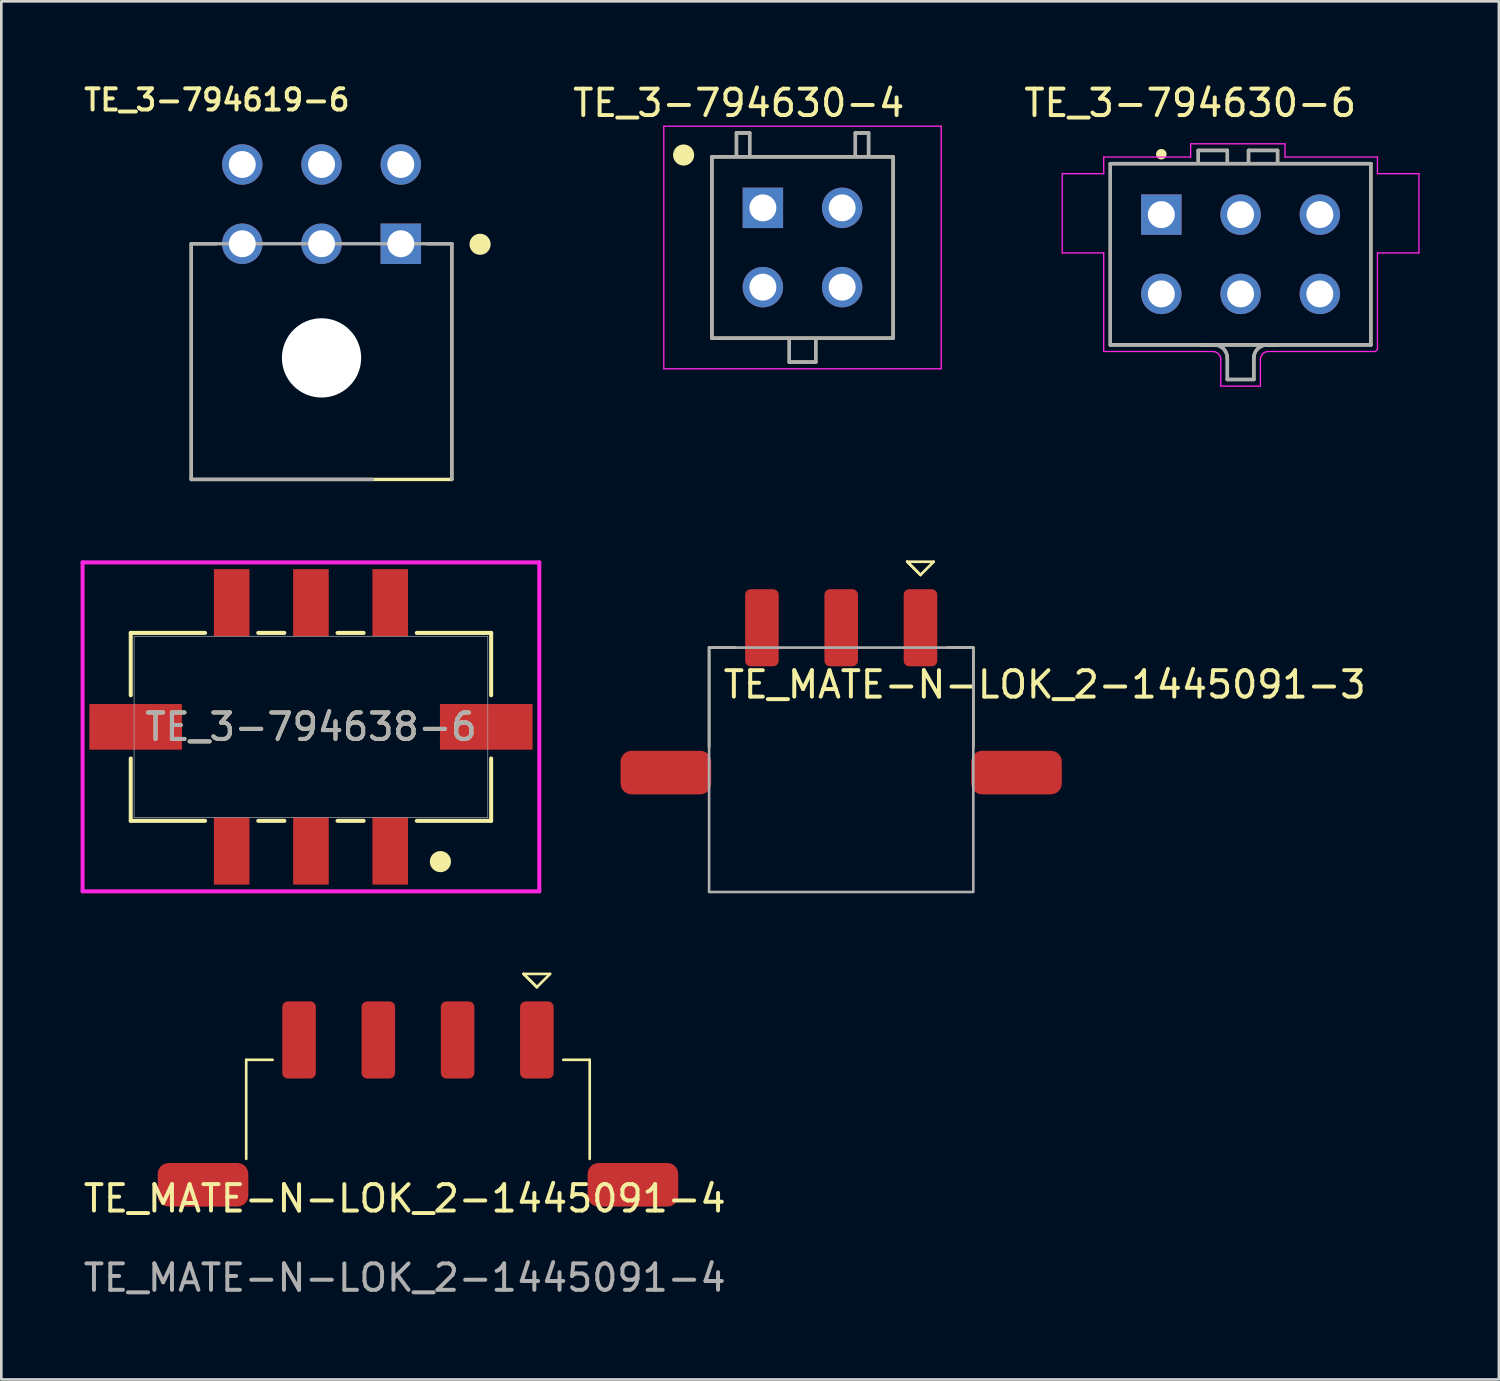
<source format=kicad_pcb>
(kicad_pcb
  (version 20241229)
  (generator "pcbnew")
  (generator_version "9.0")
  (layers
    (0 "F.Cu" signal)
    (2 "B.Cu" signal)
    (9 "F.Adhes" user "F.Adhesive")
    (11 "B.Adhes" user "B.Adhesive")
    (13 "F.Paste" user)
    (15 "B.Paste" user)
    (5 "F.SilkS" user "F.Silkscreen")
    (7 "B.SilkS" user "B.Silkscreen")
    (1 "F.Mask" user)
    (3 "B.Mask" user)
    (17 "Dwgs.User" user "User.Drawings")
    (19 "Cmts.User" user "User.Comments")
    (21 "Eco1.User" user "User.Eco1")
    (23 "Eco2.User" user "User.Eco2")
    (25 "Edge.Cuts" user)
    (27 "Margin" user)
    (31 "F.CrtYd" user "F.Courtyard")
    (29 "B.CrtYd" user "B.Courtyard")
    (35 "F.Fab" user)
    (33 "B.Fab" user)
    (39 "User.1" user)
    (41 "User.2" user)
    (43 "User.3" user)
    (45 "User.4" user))
  (footprint "TE_MATE-N-LOK_2-1445091-3"
    (layer "F.Cu")
    (at 28.786 27.209)
    (property "Reference" "TE_MATE-N-LOK_2-1445091-3" (at 7.7 -4.35 0) (unlocked yes) (layer "F.SilkS") (effects (font (size 1 1) (thickness 0.15))))
    (attr smd)
    (fp_line (start -5 -2) (end -5 -5.75) (stroke (width 0.1) (type default)) (layer "F.SilkS"))
    (fp_line (start -4 -5.75) (end -5 -5.75) (stroke (width 0.1) (type default)) (layer "F.SilkS"))
    (fp_line (start 2.5 -9) (end 3 -8.5) (stroke (width 0.1) (type default)) (layer "F.SilkS"))
    (fp_line (start 2.5 -9) (end 3.5 -9) (stroke (width 0.1) (type default)) (layer "F.SilkS"))
    (fp_line (start 3 -8.5) (end 2.5 -9) (stroke (width 0.1) (type default)) (layer "F.SilkS"))
    (fp_line (start 3.5 -9) (end 3 -8.5) (stroke (width 0.1) (type default)) (layer "F.SilkS"))
    (fp_line (start 4 -5.75) (end 5 -5.75) (stroke (width 0.1) (type default)) (layer "F.SilkS"))
    (fp_line (start 5 -2) (end 5 -5.75) (stroke (width 0.1) (type default)) (layer "F.SilkS"))
    (fp_rect (start -5 -5.75) (end 5 3.5) (stroke (width 0.1) (type default)) (fill no) (layer "F.Fab"))
    (pad "1" smd roundrect (at 3 -6.5) (size 1.27 2.92) (layers "F.Cu" "F.Mask" "F.Paste") (roundrect_rratio 0.164))
    (pad "2" smd roundrect (at 0 -6.5) (size 1.27 2.92) (layers "F.Cu" "F.Mask" "F.Paste") (roundrect_rratio 0.164))
    (pad "3" smd roundrect (at -3 -6.5) (size 1.27 2.92) (layers "F.Cu" "F.Mask" "F.Paste") (roundrect_rratio 0.164))
    (pad "S" smd roundrect (at -6.635 -1.02) (size 3.43 1.65) (layers "F.Cu" "F.Mask" "F.Paste") (roundrect_rratio 0.25))
    (pad "S" smd roundrect (at 6.635 -1.02) (size 3.43 1.65) (layers "F.Cu" "F.Mask" "F.Paste") (roundrect_rratio 0.25)))
  (footprint "TE_3-794630-6"
    (layer "F.Cu")
    (at 43.901 6.573)
    (property "Reference" "TE_3-794630-6" (at -1.908 -5.724 0) (layer "F.SilkS") (effects (font (size 1.002 1.002) (thickness 0.15))))
    (attr through_hole)
    (fp_line (start -4.93 -3.43) (end 4.93 -3.43) (stroke (width 0.127) (type solid)) (layer "F.SilkS"))
    (fp_line (start -4.93 3.43) (end -4.93 -3.43) (stroke (width 0.127) (type solid)) (layer "F.SilkS"))
    (fp_line (start -1.6 -3.93) (end -0.5 -3.93) (stroke (width 0.127) (type solid)) (layer "F.SilkS"))
    (fp_line (start -1.6 -3.5) (end -1.6 -3.93) (stroke (width 0.127) (type solid)) (layer "F.SilkS"))
    (fp_line (start -1.5 3.43) (end -1 3.43) (stroke (width 0.127) (type solid)) (layer "F.SilkS"))
    (fp_line (start -0.5 -3.93) (end -0.5 -3.5) (stroke (width 0.127) (type solid)) (layer "F.SilkS"))
    (fp_line (start -0.5 3.93) (end -0.5 4.74) (stroke (width 0.127) (type solid)) (layer "F.SilkS"))
    (fp_line (start -0.5 4.74) (end 0.5 4.74) (stroke (width 0.127) (type solid)) (layer "F.SilkS"))
    (fp_line (start 0.3 -3.93) (end 1.4 -3.93) (stroke (width 0.127) (type solid)) (layer "F.SilkS"))
    (fp_line (start 0.3 -3.5) (end 0.3 -3.93) (stroke (width 0.127) (type solid)) (layer "F.SilkS"))
    (fp_line (start 0.5 4.74) (end 0.5 3.93) (stroke (width 0.127) (type solid)) (layer "F.SilkS"))
    (fp_line (start 1 3.43) (end 1.4 3.43) (stroke (width 0.127) (type solid)) (layer "F.SilkS"))
    (fp_line (start 1.4 -3.93) (end 1.4 -3.5) (stroke (width 0.127) (type solid)) (layer "F.SilkS"))
    (fp_line (start 4.93 -3.43) (end 4.93 3.43) (stroke (width 0.127) (type solid)) (layer "F.SilkS"))
    (fp_line (start 4.93 3.43) (end -4.93 3.43) (stroke (width 0.127) (type solid)) (layer "F.SilkS"))
    (fp_arc (start -1 3.43) (mid -0.646447 3.576447) (end -0.5 3.93) (stroke (width 0.127) (type solid)) (layer "F.SilkS"))
    (fp_arc (start 0.5 3.93) (mid 0.646447 3.576447) (end 1 3.43) (stroke (width 0.127) (type solid)) (layer "F.SilkS"))
    (fp_circle (center -3 -3.786) (end -2.9 -3.786) (stroke (width 0.2) (type solid)) (fill no) (layer "F.SilkS"))
    (fp_line (start -6.75 -3.05) (end -6.75 -0.05) (stroke (width 0.05) (type solid)) (layer "F.CrtYd"))
    (fp_line (start -6.75 -0.05) (end -5.18 -0.05) (stroke (width 0.05) (type solid)) (layer "F.CrtYd"))
    (fp_line (start -5.18 -3.68) (end -5.18 -3.05) (stroke (width 0.05) (type solid)) (layer "F.CrtYd"))
    (fp_line (start -5.18 -3.05) (end -6.75 -3.05) (stroke (width 0.05) (type solid)) (layer "F.CrtYd"))
    (fp_line (start -5.18 -0.05) (end -5.18 3.68) (stroke (width 0.05) (type solid)) (layer "F.CrtYd"))
    (fp_line (start -5.18 3.68) (end -1.05 3.68) (stroke (width 0.05) (type solid)) (layer "F.CrtYd"))
    (fp_line (start -1.89 -4.18) (end -1.89 -3.68) (stroke (width 0.05) (type solid)) (layer "F.CrtYd"))
    (fp_line (start -1.89 -3.68) (end -5.18 -3.68) (stroke (width 0.05) (type solid)) (layer "F.CrtYd"))
    (fp_line (start -0.75 3.98) (end -0.75 4.99) (stroke (width 0.05) (type solid)) (layer "F.CrtYd"))
    (fp_line (start -0.75 4.99) (end 0.75 4.99) (stroke (width 0.05) (type solid)) (layer "F.CrtYd"))
    (fp_line (start 0.75 4.99) (end 0.75 3.98) (stroke (width 0.05) (type solid)) (layer "F.CrtYd"))
    (fp_line (start 1.05 3.68) (end 5.1 3.68) (stroke (width 0.05) (type solid)) (layer "F.CrtYd"))
    (fp_line (start 1.68 -4.18) (end -1.89 -4.18) (stroke (width 0.05) (type solid)) (layer "F.CrtYd"))
    (fp_line (start 1.68 -3.68) (end 1.68 -4.18) (stroke (width 0.05) (type solid)) (layer "F.CrtYd"))
    (fp_line (start 5.1 3.68) (end 5.18 3.6) (stroke (width 0.05) (type solid)) (layer "F.CrtYd"))
    (fp_line (start 5.18 -3.68) (end 1.68 -3.68) (stroke (width 0.05) (type solid)) (layer "F.CrtYd"))
    (fp_line (start 5.18 -3.05) (end 5.18 -3.68) (stroke (width 0.05) (type solid)) (layer "F.CrtYd"))
    (fp_line (start 5.18 -0.05) (end 6.75 -0.05) (stroke (width 0.05) (type solid)) (layer "F.CrtYd"))
    (fp_line (start 5.18 3.6) (end 5.18 -0.05) (stroke (width 0.05) (type solid)) (layer "F.CrtYd"))
    (fp_line (start 6.75 -3.05) (end 5.18 -3.05) (stroke (width 0.05) (type solid)) (layer "F.CrtYd"))
    (fp_line (start 6.75 -0.05) (end 6.75 -3.05) (stroke (width 0.05) (type solid)) (layer "F.CrtYd"))
    (fp_arc (start -1.05 3.68) (mid -0.837868 3.767868) (end -0.75 3.98) (stroke (width 0.05) (type solid)) (layer "F.CrtYd"))
    (fp_arc (start 0.75 3.98) (mid 0.837868 3.767868) (end 1.05 3.68) (stroke (width 0.05) (type solid)) (layer "F.CrtYd"))
    (fp_line (start -4.93 -3.43) (end -4.93 3.43) (stroke (width 0.127) (type solid)) (layer "F.Fab"))
    (fp_line (start -4.93 3.43) (end 4.93 3.43) (stroke (width 0.127) (type solid)) (layer "F.Fab"))
    (fp_line (start -1.6 -3.93) (end -0.5 -3.93) (stroke (width 0.127) (type solid)) (layer "F.Fab"))
    (fp_line (start -1.6 -3.5) (end -1.6 -3.93) (stroke (width 0.127) (type solid)) (layer "F.Fab"))
    (fp_line (start -0.5 -3.93) (end -0.5 -3.5) (stroke (width 0.127) (type solid)) (layer "F.Fab"))
    (fp_line (start -0.5 3.93) (end -0.5 4.74) (stroke (width 0.127) (type solid)) (layer "F.Fab"))
    (fp_line (start -0.5 4.74) (end 0.5 4.74) (stroke (width 0.127) (type solid)) (layer "F.Fab"))
    (fp_line (start 0.3 -3.93) (end 1.4 -3.93) (stroke (width 0.127) (type solid)) (layer "F.Fab"))
    (fp_line (start 0.3 -3.5) (end 0.3 -3.93) (stroke (width 0.127) (type solid)) (layer "F.Fab"))
    (fp_line (start 0.5 4.74) (end 0.5 3.93) (stroke (width 0.127) (type solid)) (layer "F.Fab"))
    (fp_line (start 1.4 -3.93) (end 1.4 -3.5) (stroke (width 0.127) (type solid)) (layer "F.Fab"))
    (fp_line (start 4.93 -3.43) (end -4.93 -3.43) (stroke (width 0.127) (type solid)) (layer "F.Fab"))
    (fp_line (start 4.93 3.43) (end 4.93 -3.43) (stroke (width 0.127) (type solid)) (layer "F.Fab"))
    (fp_arc (start -1 3.43) (mid -0.646447 3.576447) (end -0.5 3.93) (stroke (width 0.127) (type solid)) (layer "F.Fab"))
    (fp_arc (start 0.5 3.93) (mid 0.646447 3.576447) (end 1 3.43) (stroke (width 0.127) (type solid)) (layer "F.Fab"))
    (pad "1" thru_hole rect (at -3 -1.5) (size 1.53 1.53) (drill 1.02) (layers "*.Cu" "*.Mask"))
    (pad "2" thru_hole circle (at -3 1.5) (size 1.53 1.53) (drill 1.02) (layers "*.Cu" "*.Mask"))
    (pad "3" thru_hole circle (at 0 -1.5) (size 1.53 1.53) (drill 1.02) (layers "*.Cu" "*.Mask"))
    (pad "4" thru_hole circle (at 0 1.5) (size 1.53 1.53) (drill 1.02) (layers "*.Cu" "*.Mask"))
    (pad "5" thru_hole circle (at 3 -1.5) (size 1.53 1.53) (drill 1.02) (layers "*.Cu" "*.Mask"))
    (pad "6" thru_hole circle (at 3 1.5) (size 1.53 1.53) (drill 1.02) (layers "*.Cu" "*.Mask")))
  (footprint "TE_MATE-N-LOK_2-1445091-4"
    (layer "F.Cu")
    (at 12.268 42.809)
    (property "Reference" "TE_MATE-N-LOK_2-1445091-4" (at 0 -0.5 0) (unlocked yes) (layer "F.SilkS") (effects (font (size 1 1) (thickness 0.15))))
    (attr smd)
    (fp_line (start -6 -2) (end -6 -5.75) (stroke (width 0.1) (type default)) (layer "F.SilkS"))
    (fp_line (start -5 -5.75) (end -6 -5.75) (stroke (width 0.1) (type default)) (layer "F.SilkS"))
    (fp_line (start 4.5 -9) (end 5 -8.5) (stroke (width 0.1) (type default)) (layer "F.SilkS"))
    (fp_line (start 4.5 -9) (end 5.5 -9) (stroke (width 0.1) (type default)) (layer "F.SilkS"))
    (fp_line (start 5 -8.5) (end 4.5 -9) (stroke (width 0.1) (type default)) (layer "F.SilkS"))
    (fp_line (start 5.5 -9) (end 5 -8.5) (stroke (width 0.1) (type default)) (layer "F.SilkS"))
    (fp_line (start 6 -5.75) (end 7 -5.75) (stroke (width 0.1) (type default)) (layer "F.SilkS"))
    (fp_line (start 7 -2) (end 7 -5.75) (stroke (width 0.1) (type default)) (layer "F.SilkS"))
    (fp_text user "${REFERENCE}" (at 0 2.5 0) (unlocked yes) (layer "F.Fab") (effects (font (size 1 1) (thickness 0.15))))
    (pad "1" smd roundrect (at 5 -6.5) (size 1.27 2.92) (layers "F.Cu" "F.Mask" "F.Paste") (roundrect_rratio 0.164))
    (pad "2" smd roundrect (at 2 -6.5) (size 1.27 2.92) (layers "F.Cu" "F.Mask" "F.Paste") (roundrect_rratio 0.164))
    (pad "3" smd roundrect (at -1 -6.5) (size 1.27 2.92) (layers "F.Cu" "F.Mask" "F.Paste") (roundrect_rratio 0.164))
    (pad "4" smd roundrect (at -4 -6.5) (size 1.27 2.92) (layers "F.Cu" "F.Mask" "F.Paste") (roundrect_rratio 0.164))
    (pad "S" smd roundrect (at -7.635 -1.02) (size 3.43 1.65) (layers "F.Cu" "F.Mask" "F.Paste") (roundrect_rratio 0.25))
    (pad "S" smd roundrect (at 8.635 -1.02) (size 3.43 1.65) (layers "F.Cu" "F.Mask" "F.Paste") (roundrect_rratio 0.25)))
  (footprint "TE_3-794630-4"
    (layer "F.Cu")
    (at 27.322 6.317)
    (property "Reference" "TE_3-794630-4" (at -2.416 -5.468 0) (layer "F.SilkS") (effects (font (size 1 1) (thickness 0.15))))
    (attr through_hole)
    (fp_line (start -3.43 -3.43) (end -3.43 3.43) (stroke (width 0.127) (type solid)) (layer "F.SilkS"))
    (fp_line (start -3.43 3.43) (end 3.43 3.43) (stroke (width 0.127) (type solid)) (layer "F.SilkS"))
    (fp_line (start -2.5 -4.335) (end -2 -4.335) (stroke (width 0.127) (type solid)) (layer "F.SilkS"))
    (fp_line (start -2.5 -3.5) (end -2.5 -4.335) (stroke (width 0.127) (type solid)) (layer "F.SilkS"))
    (fp_line (start -2 -4.335) (end -2 -3.5) (stroke (width 0.127) (type solid)) (layer "F.SilkS"))
    (fp_line (start -0.5 3.5) (end -0.5 4.335) (stroke (width 0.127) (type solid)) (layer "F.SilkS"))
    (fp_line (start -0.5 4.335) (end 0.5 4.335) (stroke (width 0.127) (type solid)) (layer "F.SilkS"))
    (fp_line (start 0.5 4.335) (end 0.5 3.5) (stroke (width 0.127) (type solid)) (layer "F.SilkS"))
    (fp_line (start 2 -4.335) (end 2.5 -4.335) (stroke (width 0.127) (type solid)) (layer "F.SilkS"))
    (fp_line (start 2 -3.5) (end 2 -4.335) (stroke (width 0.127) (type solid)) (layer "F.SilkS"))
    (fp_line (start 2.5 -4.335) (end 2.5 -3.5) (stroke (width 0.127) (type solid)) (layer "F.SilkS"))
    (fp_line (start 3.43 -3.43) (end -3.43 -3.43) (stroke (width 0.127) (type solid)) (layer "F.SilkS"))
    (fp_line (start 3.43 3.43) (end 3.43 -3.43) (stroke (width 0.127) (type solid)) (layer "F.SilkS"))
    (fp_circle (center -4.5 -3.5) (end -4.3 -3.5) (stroke (width 0.4) (type solid)) (fill no) (layer "F.SilkS"))
    (fp_line (start -5.25 -4.59) (end -5.25 4.59) (stroke (width 0.05) (type solid)) (layer "F.CrtYd"))
    (fp_line (start -5.25 4.59) (end 5.25 4.59) (stroke (width 0.05) (type solid)) (layer "F.CrtYd"))
    (fp_line (start 5.25 -4.59) (end -5.25 -4.59) (stroke (width 0.05) (type solid)) (layer "F.CrtYd"))
    (fp_line (start 5.25 4.59) (end 5.25 -4.59) (stroke (width 0.05) (type solid)) (layer "F.CrtYd"))
    (fp_line (start -3.43 -3.43) (end -3.43 3.43) (stroke (width 0.127) (type solid)) (layer "F.Fab"))
    (fp_line (start -3.43 3.43) (end 3.43 3.43) (stroke (width 0.127) (type solid)) (layer "F.Fab"))
    (fp_line (start -2.5 -4.335) (end -2 -4.335) (stroke (width 0.127) (type solid)) (layer "F.Fab"))
    (fp_line (start -2.5 -3.5) (end -2.5 -4.335) (stroke (width 0.127) (type solid)) (layer "F.Fab"))
    (fp_line (start -2 -4.335) (end -2 -3.5) (stroke (width 0.127) (type solid)) (layer "F.Fab"))
    (fp_line (start -0.5 3.5) (end -0.5 4.335) (stroke (width 0.127) (type solid)) (layer "F.Fab"))
    (fp_line (start -0.5 4.335) (end 0.5 4.335) (stroke (width 0.127) (type solid)) (layer "F.Fab"))
    (fp_line (start 0.5 4.335) (end 0.5 3.5) (stroke (width 0.127) (type solid)) (layer "F.Fab"))
    (fp_line (start 2 -4.335) (end 2 -3.5) (stroke (width 0.127) (type solid)) (layer "F.Fab"))
    (fp_line (start 2.5 -4.335) (end 2 -4.335) (stroke (width 0.127) (type solid)) (layer "F.Fab"))
    (fp_line (start 2.5 -3.5) (end 2.5 -4.335) (stroke (width 0.127) (type solid)) (layer "F.Fab"))
    (fp_line (start 3.43 -3.43) (end -3.43 -3.43) (stroke (width 0.127) (type solid)) (layer "F.Fab"))
    (fp_line (start 3.43 3.43) (end 3.43 -3.43) (stroke (width 0.127) (type solid)) (layer "F.Fab"))
    (pad "1" thru_hole rect (at -1.5 -1.5) (size 1.53 1.53) (drill 1.02) (layers "*.Cu" "*.Mask"))
    (pad "2" thru_hole circle (at -1.5 1.5) (size 1.53 1.53) (drill 1.02) (layers "*.Cu" "*.Mask"))
    (pad "3" thru_hole circle (at 1.5 -1.5) (size 1.53 1.53) (drill 1.02) (layers "*.Cu" "*.Mask"))
    (pad "4" thru_hole circle (at 1.5 1.5) (size 1.53 1.53) (drill 1.02) (layers "*.Cu" "*.Mask")))
  (footprint "TE_3-794619-6"
    (layer "F.Cu")
    (at 9.119 10.495)
    (property "Reference" "TE_3-794619-6" (at -3.961 -9.764 0) (layer "F.SilkS") (effects (font (size 0.8 0.8) (thickness 0.15))))
    (attr through_hole)
    (fp_line (start -4.93 -4.32) (end -4.93 4.6) (stroke (width 0.127) (type solid)) (layer "F.SilkS"))
    (fp_line (start -4.93 -4.32) (end -4 -4.32) (stroke (width 0.127) (type solid)) (layer "F.SilkS"))
    (fp_line (start -4.93 4.6) (end 4.93 4.6) (stroke (width 0.127) (type solid)) (layer "F.SilkS"))
    (fp_line (start 4 -4.32) (end 4.93 -4.32) (stroke (width 0.127) (type solid)) (layer "F.SilkS"))
    (fp_line (start 4.93 4.6) (end 4.93 -4.32) (stroke (width 0.127) (type solid)) (layer "F.SilkS"))
    (fp_circle (center 6 -4.3) (end 6.2 -4.3) (stroke (width 0.4) (type solid)) (fill no) (layer "F.SilkS"))
    (fp_line (start -4.93 -4.32) (end -4.93 4.6) (stroke (width 0.127) (type solid)) (layer "F.Fab"))
    (fp_line (start -4.93 4.6) (end 1.93 4.6) (stroke (width 0.127) (type solid)) (layer "F.Fab"))
    (fp_line (start 4.93 -4.32) (end -4.93 -4.32) (stroke (width 0.127) (type solid)) (layer "F.Fab"))
    (fp_line (start 4.93 4.6) (end 4.93 -4.32) (stroke (width 0.127) (type solid)) (layer "F.Fab"))
    (pad "" np_thru_hole circle (at 0 0) (size 3 3) (drill 3) (layers "*.Cu" "*.Mask"))
    (pad "1" thru_hole rect (at 3 -4.32) (size 1.53 1.53) (drill 1.02) (layers "*.Cu" "*.Mask"))
    (pad "2" thru_hole circle (at 0 -4.32) (size 1.53 1.53) (drill 1.02) (layers "*.Cu" "*.Mask"))
    (pad "3" thru_hole circle (at -3 -4.32) (size 1.53 1.53) (drill 1.02) (layers "*.Cu" "*.Mask"))
    (pad "4" thru_hole circle (at 3 -7.32) (size 1.53 1.53) (drill 1.02) (layers "*.Cu" "*.Mask"))
    (pad "5" thru_hole circle (at 0 -7.32) (size 1.53 1.53) (drill 1.02) (layers "*.Cu" "*.Mask"))
    (pad "6" thru_hole circle (at -3 -7.32) (size 1.53 1.53) (drill 1.02) (layers "*.Cu" "*.Mask")))
  (footprint "TE_3-794638-6"
    (layer "F.Cu")
    (at 8.718 24.459)
    (property "Reference" "TE_3-794638-6" (at 0 0 0) (unlocked yes) (layer "F.SilkS") (effects (font (size 1 1) (thickness 0.15))))
    (attr smd)
    (fp_line (start -6.82 -3.556) (end -6.82 -1.196) (stroke (width 0.152) (type solid)) (layer "F.SilkS"))
    (fp_line (start -6.82 1.196) (end -6.82 3.556) (stroke (width 0.152) (type solid)) (layer "F.SilkS"))
    (fp_line (start -6.82 3.556) (end -4.006 3.556) (stroke (width 0.152) (type solid)) (layer "F.SilkS"))
    (fp_line (start -4.006 -3.556) (end -6.82 -3.556) (stroke (width 0.152) (type solid)) (layer "F.SilkS"))
    (fp_line (start -1.994 3.556) (end -1.006 3.556) (stroke (width 0.152) (type solid)) (layer "F.SilkS"))
    (fp_line (start -1.006 -3.556) (end -1.994 -3.556) (stroke (width 0.152) (type solid)) (layer "F.SilkS"))
    (fp_line (start 1.006 3.556) (end 1.994 3.556) (stroke (width 0.152) (type solid)) (layer "F.SilkS"))
    (fp_line (start 1.994 -3.556) (end 1.006 -3.556) (stroke (width 0.152) (type solid)) (layer "F.SilkS"))
    (fp_line (start 4.006 3.556) (end 6.82 3.556) (stroke (width 0.152) (type solid)) (layer "F.SilkS"))
    (fp_line (start 6.82 -3.556) (end 4.006 -3.556) (stroke (width 0.152) (type solid)) (layer "F.SilkS"))
    (fp_line (start 6.82 -1.196) (end 6.82 -3.556) (stroke (width 0.152) (type solid)) (layer "F.SilkS"))
    (fp_line (start 6.82 3.556) (end 6.82 1.196) (stroke (width 0.152) (type solid)) (layer "F.SilkS"))
    (fp_circle (center 4.9 5.1) (end 5.1 5.1) (stroke (width 0.4) (type solid)) (fill no) (layer "F.SilkS"))
    (fp_line (start -8.642 -6.224) (end -8.642 6.224) (stroke (width 0.152) (type solid)) (layer "F.CrtYd"))
    (fp_line (start -8.642 6.224) (end 8.642 6.224) (stroke (width 0.152) (type solid)) (layer "F.CrtYd"))
    (fp_line (start 8.642 -6.224) (end -8.642 -6.224) (stroke (width 0.152) (type solid)) (layer "F.CrtYd"))
    (fp_line (start 8.642 6.224) (end 8.642 -6.224) (stroke (width 0.152) (type solid)) (layer "F.CrtYd"))
    (fp_line (start -6.693 -3.429) (end -6.693 3.429) (stroke (width 0.025) (type solid)) (layer "F.Fab"))
    (fp_line (start -6.693 3.429) (end 6.693 3.429) (stroke (width 0.025) (type solid)) (layer "F.Fab"))
    (fp_line (start 6.693 -3.429) (end -6.693 -3.429) (stroke (width 0.025) (type solid)) (layer "F.Fab"))
    (fp_line (start 6.693 3.429) (end 6.693 -3.429) (stroke (width 0.025) (type solid)) (layer "F.Fab"))
    (fp_text user "${REFERENCE}" (at 0 0 0) (unlocked yes) (layer "F.Fab") (effects (font (size 1 1) (thickness 0.15))))
    (pad "1" smd rect (at 3 4.7) (size 1.346 2.54) (layers "F.Cu" "F.Mask" "F.Paste"))
    (pad "2" smd rect (at 3 -4.7) (size 1.346 2.54) (layers "F.Cu" "F.Mask" "F.Paste"))
    (pad "3" smd rect (at 0 4.7) (size 1.346 2.54) (layers "F.Cu" "F.Mask" "F.Paste"))
    (pad "4" smd rect (at 0 -4.7) (size 1.346 2.54) (layers "F.Cu" "F.Mask" "F.Paste"))
    (pad "5" smd rect (at -3 4.7) (size 1.346 2.54) (layers "F.Cu" "F.Mask" "F.Paste"))
    (pad "6" smd rect (at -3 -4.7) (size 1.346 2.54) (layers "F.Cu" "F.Mask" "F.Paste"))
    (pad "S" smd rect (at -6.635 0) (size 3.505 1.727) (layers "F.Cu" "F.Mask" "F.Paste"))
    (pad "S" smd rect (at 6.635 0) (size 3.505 1.727) (layers "F.Cu" "F.Mask" "F.Paste")))
  (gr_rect
    (start -3 -3)
    (end 53.676 49.157)
    (stroke (width 0.1) (type default))
    (fill no)
    (layer "Edge.Cuts")))
</source>
